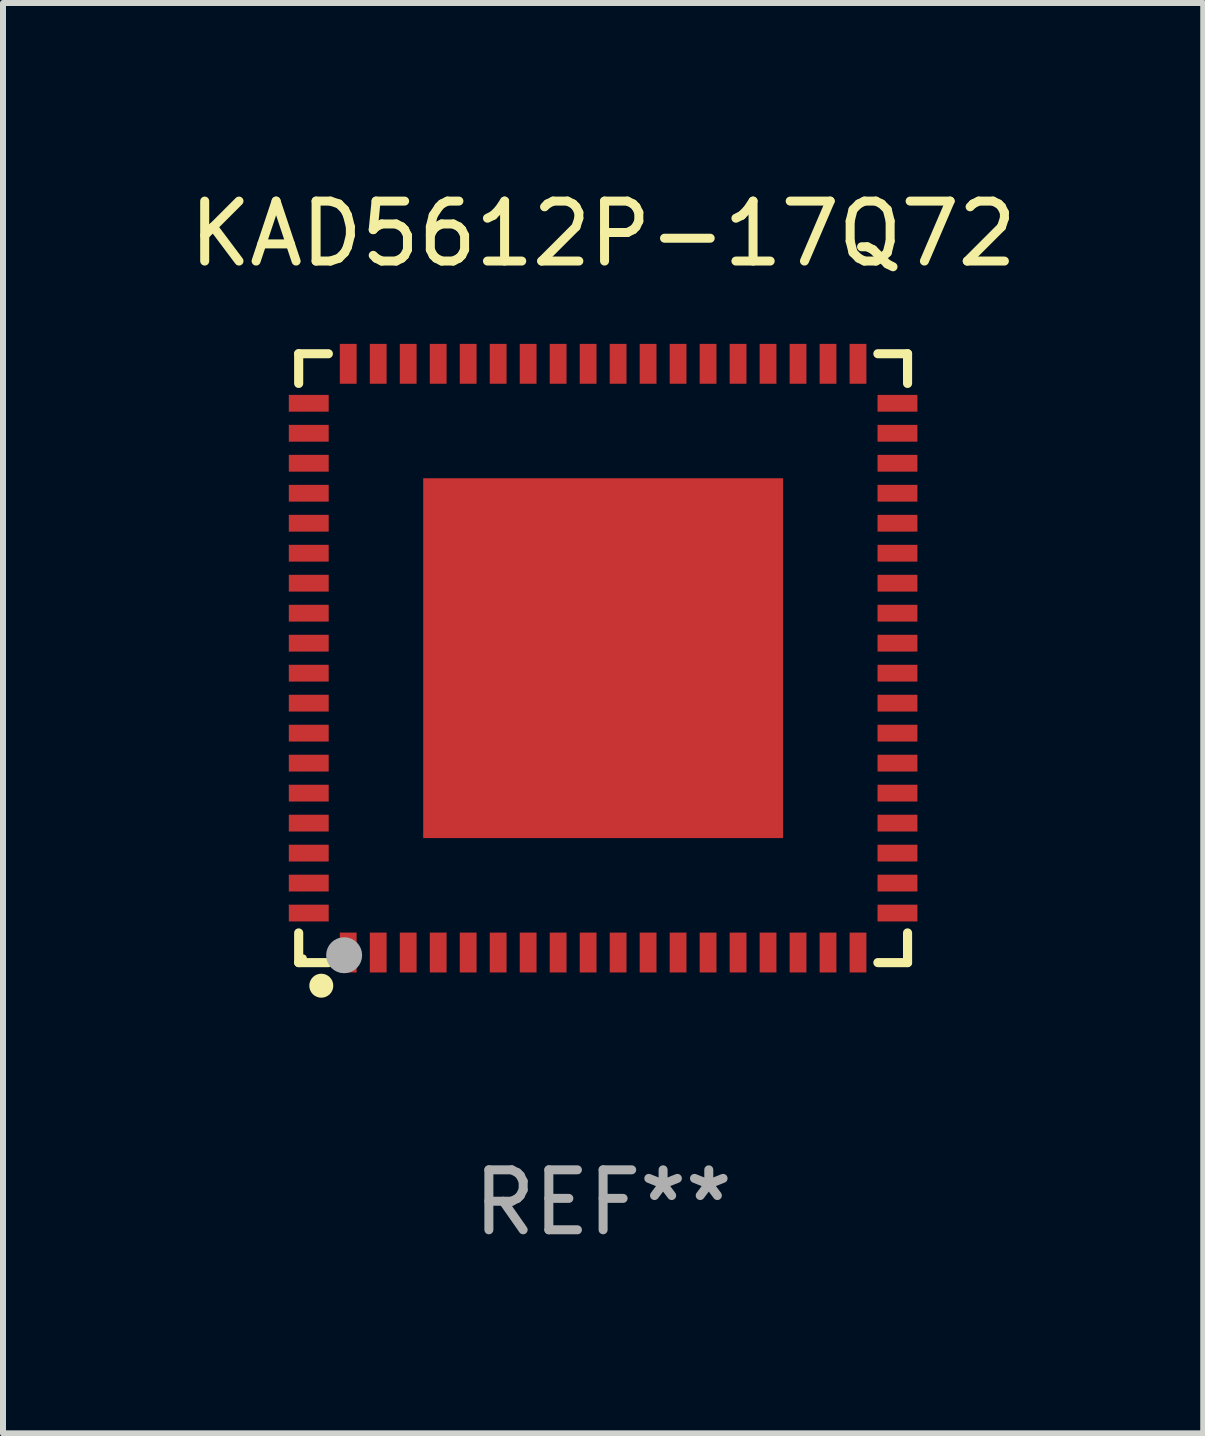
<source format=kicad_pcb>
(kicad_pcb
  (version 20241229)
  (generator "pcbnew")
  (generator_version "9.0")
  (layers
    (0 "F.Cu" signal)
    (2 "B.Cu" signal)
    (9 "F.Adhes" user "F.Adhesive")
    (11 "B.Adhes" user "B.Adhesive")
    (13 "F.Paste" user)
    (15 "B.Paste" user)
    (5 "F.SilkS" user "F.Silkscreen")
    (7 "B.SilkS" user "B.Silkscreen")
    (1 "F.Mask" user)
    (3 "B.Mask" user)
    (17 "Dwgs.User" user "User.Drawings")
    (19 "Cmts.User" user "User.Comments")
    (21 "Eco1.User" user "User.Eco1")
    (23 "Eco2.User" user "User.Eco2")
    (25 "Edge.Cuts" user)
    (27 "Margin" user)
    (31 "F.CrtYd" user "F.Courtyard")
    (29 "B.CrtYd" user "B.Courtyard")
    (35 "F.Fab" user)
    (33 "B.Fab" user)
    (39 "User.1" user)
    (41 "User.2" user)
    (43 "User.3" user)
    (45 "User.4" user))
  (footprint "KAD5612P-17Q72"
    (layer "F.Cu")
    (at 7.006 7.924)
    (property "Reference" "KAD5612P-17Q72" (at 0 -7.076 0) (layer "F.SilkS") (effects (font (size 1 1) (thickness 0.15))))
    (attr through_hole)
    (fp_line (start -5.076 -5.076) (end -4.581 -5.076) (stroke (width 0.152) (type solid)) (layer "F.SilkS"))
    (fp_line (start -5.076 -4.581) (end -5.076 -5.076) (stroke (width 0.152) (type solid)) (layer "F.SilkS"))
    (fp_line (start -5.076 4.581) (end -5.076 5.076) (stroke (width 0.152) (type solid)) (layer "F.SilkS"))
    (fp_line (start -5.076 5.076) (end -4.581 5.076) (stroke (width 0.152) (type solid)) (layer "F.SilkS"))
    (fp_line (start 5.076 -5.076) (end 4.581 -5.076) (stroke (width 0.152) (type solid)) (layer "F.SilkS"))
    (fp_line (start 5.076 -4.581) (end 5.076 -5.076) (stroke (width 0.152) (type solid)) (layer "F.SilkS"))
    (fp_line (start 5.076 4.581) (end 5.076 5.076) (stroke (width 0.152) (type solid)) (layer "F.SilkS"))
    (fp_line (start 5.076 5.076) (end 4.581 5.076) (stroke (width 0.152) (type solid)) (layer "F.SilkS"))
    (fp_circle (center -5 5) (end -4.97 5) (stroke (width 0.06) (type solid)) (fill no) (layer "F.SilkS"))
    (fp_circle (center -4.699 5.461) (end -4.599 5.461) (stroke (width 0.2) (type solid)) (fill no) (layer "F.SilkS"))
    (fp_circle (center -4.318 4.953) (end -4.168 4.953) (stroke (width 0.3) (type solid)) (fill no) (layer "F.Fab"))
    (fp_text user "REF**" (at 0 9.076 0) (layer "F.Fab") (effects (font (size 1 1) (thickness 0.15))))
    (pad "1" smd rect (at -4.25 4.908) (size 0.28 0.665) (layers "F.Cu" "F.Mask" "F.Paste"))
    (pad "2" smd rect (at -3.75 4.908) (size 0.28 0.665) (layers "F.Cu" "F.Mask" "F.Paste"))
    (pad "3" smd rect (at -3.25 4.908) (size 0.28 0.665) (layers "F.Cu" "F.Mask" "F.Paste"))
    (pad "4" smd rect (at -2.75 4.908) (size 0.28 0.665) (layers "F.Cu" "F.Mask" "F.Paste"))
    (pad "5" smd rect (at -2.25 4.908) (size 0.28 0.665) (layers "F.Cu" "F.Mask" "F.Paste"))
    (pad "6" smd rect (at -1.75 4.908) (size 0.28 0.665) (layers "F.Cu" "F.Mask" "F.Paste"))
    (pad "7" smd rect (at -1.25 4.908) (size 0.28 0.665) (layers "F.Cu" "F.Mask" "F.Paste"))
    (pad "8" smd rect (at -0.75 4.908) (size 0.28 0.665) (layers "F.Cu" "F.Mask" "F.Paste"))
    (pad "9" smd rect (at -0.25 4.908) (size 0.28 0.665) (layers "F.Cu" "F.Mask" "F.Paste"))
    (pad "10" smd rect (at 0.25 4.908) (size 0.28 0.665) (layers "F.Cu" "F.Mask" "F.Paste"))
    (pad "11" smd rect (at 0.75 4.908) (size 0.28 0.665) (layers "F.Cu" "F.Mask" "F.Paste"))
    (pad "12" smd rect (at 1.25 4.908) (size 0.28 0.665) (layers "F.Cu" "F.Mask" "F.Paste"))
    (pad "13" smd rect (at 1.75 4.908) (size 0.28 0.665) (layers "F.Cu" "F.Mask" "F.Paste"))
    (pad "14" smd rect (at 2.25 4.908) (size 0.28 0.665) (layers "F.Cu" "F.Mask" "F.Paste"))
    (pad "15" smd rect (at 2.75 4.908) (size 0.28 0.665) (layers "F.Cu" "F.Mask" "F.Paste"))
    (pad "16" smd rect (at 3.25 4.908) (size 0.28 0.665) (layers "F.Cu" "F.Mask" "F.Paste"))
    (pad "17" smd rect (at 3.75 4.908) (size 0.28 0.665) (layers "F.Cu" "F.Mask" "F.Paste"))
    (pad "18" smd rect (at 4.25 4.908) (size 0.28 0.665) (layers "F.Cu" "F.Mask" "F.Paste"))
    (pad "19" smd rect (at 4.908 4.25) (size 0.665 0.28) (layers "F.Cu" "F.Mask" "F.Paste"))
    (pad "20" smd rect (at 4.908 3.75) (size 0.665 0.28) (layers "F.Cu" "F.Mask" "F.Paste"))
    (pad "21" smd rect (at 4.908 3.25) (size 0.665 0.28) (layers "F.Cu" "F.Mask" "F.Paste"))
    (pad "22" smd rect (at 4.908 2.75) (size 0.665 0.28) (layers "F.Cu" "F.Mask" "F.Paste"))
    (pad "23" smd rect (at 4.908 2.25) (size 0.665 0.28) (layers "F.Cu" "F.Mask" "F.Paste"))
    (pad "24" smd rect (at 4.908 1.75) (size 0.665 0.28) (layers "F.Cu" "F.Mask" "F.Paste"))
    (pad "25" smd rect (at 4.908 1.25) (size 0.665 0.28) (layers "F.Cu" "F.Mask" "F.Paste"))
    (pad "26" smd rect (at 4.908 0.75) (size 0.665 0.28) (layers "F.Cu" "F.Mask" "F.Paste"))
    (pad "27" smd rect (at 4.908 0.25) (size 0.665 0.28) (layers "F.Cu" "F.Mask" "F.Paste"))
    (pad "28" smd rect (at 4.908 -0.25) (size 0.665 0.28) (layers "F.Cu" "F.Mask" "F.Paste"))
    (pad "29" smd rect (at 4.908 -0.75) (size 0.665 0.28) (layers "F.Cu" "F.Mask" "F.Paste"))
    (pad "30" smd rect (at 4.908 -1.25) (size 0.665 0.28) (layers "F.Cu" "F.Mask" "F.Paste"))
    (pad "31" smd rect (at 4.908 -1.75) (size 0.665 0.28) (layers "F.Cu" "F.Mask" "F.Paste"))
    (pad "32" smd rect (at 4.908 -2.25) (size 0.665 0.28) (layers "F.Cu" "F.Mask" "F.Paste"))
    (pad "33" smd rect (at 4.908 -2.75) (size 0.665 0.28) (layers "F.Cu" "F.Mask" "F.Paste"))
    (pad "34" smd rect (at 4.908 -3.25) (size 0.665 0.28) (layers "F.Cu" "F.Mask" "F.Paste"))
    (pad "35" smd rect (at 4.908 -3.75) (size 0.665 0.28) (layers "F.Cu" "F.Mask" "F.Paste"))
    (pad "36" smd rect (at 4.908 -4.25) (size 0.665 0.28) (layers "F.Cu" "F.Mask" "F.Paste"))
    (pad "37" smd rect (at 4.25 -4.908) (size 0.28 0.665) (layers "F.Cu" "F.Mask" "F.Paste"))
    (pad "38" smd rect (at 3.75 -4.908) (size 0.28 0.665) (layers "F.Cu" "F.Mask" "F.Paste"))
    (pad "39" smd rect (at 3.25 -4.908) (size 0.28 0.665) (layers "F.Cu" "F.Mask" "F.Paste"))
    (pad "40" smd rect (at 2.75 -4.908) (size 0.28 0.665) (layers "F.Cu" "F.Mask" "F.Paste"))
    (pad "41" smd rect (at 2.25 -4.908) (size 0.28 0.665) (layers "F.Cu" "F.Mask" "F.Paste"))
    (pad "42" smd rect (at 1.75 -4.908) (size 0.28 0.665) (layers "F.Cu" "F.Mask" "F.Paste"))
    (pad "43" smd rect (at 1.25 -4.908) (size 0.28 0.665) (layers "F.Cu" "F.Mask" "F.Paste"))
    (pad "44" smd rect (at 0.75 -4.908) (size 0.28 0.665) (layers "F.Cu" "F.Mask" "F.Paste"))
    (pad "45" smd rect (at 0.25 -4.908) (size 0.28 0.665) (layers "F.Cu" "F.Mask" "F.Paste"))
    (pad "46" smd rect (at -0.25 -4.908) (size 0.28 0.665) (layers "F.Cu" "F.Mask" "F.Paste"))
    (pad "47" smd rect (at -0.75 -4.908) (size 0.28 0.665) (layers "F.Cu" "F.Mask" "F.Paste"))
    (pad "48" smd rect (at -1.25 -4.908) (size 0.28 0.665) (layers "F.Cu" "F.Mask" "F.Paste"))
    (pad "49" smd rect (at -1.75 -4.908) (size 0.28 0.665) (layers "F.Cu" "F.Mask" "F.Paste"))
    (pad "50" smd rect (at -2.25 -4.908) (size 0.28 0.665) (layers "F.Cu" "F.Mask" "F.Paste"))
    (pad "51" smd rect (at -2.75 -4.908) (size 0.28 0.665) (layers "F.Cu" "F.Mask" "F.Paste"))
    (pad "52" smd rect (at -3.25 -4.908) (size 0.28 0.665) (layers "F.Cu" "F.Mask" "F.Paste"))
    (pad "53" smd rect (at -3.75 -4.908) (size 0.28 0.665) (layers "F.Cu" "F.Mask" "F.Paste"))
    (pad "54" smd rect (at -4.25 -4.908) (size 0.28 0.665) (layers "F.Cu" "F.Mask" "F.Paste"))
    (pad "55" smd rect (at -4.908 -4.25) (size 0.665 0.28) (layers "F.Cu" "F.Mask" "F.Paste"))
    (pad "56" smd rect (at -4.908 -3.75) (size 0.665 0.28) (layers "F.Cu" "F.Mask" "F.Paste"))
    (pad "57" smd rect (at -4.908 -3.25) (size 0.665 0.28) (layers "F.Cu" "F.Mask" "F.Paste"))
    (pad "58" smd rect (at -4.908 -2.75) (size 0.665 0.28) (layers "F.Cu" "F.Mask" "F.Paste"))
    (pad "59" smd rect (at -4.908 -2.25) (size 0.665 0.28) (layers "F.Cu" "F.Mask" "F.Paste"))
    (pad "60" smd rect (at -4.908 -1.75) (size 0.665 0.28) (layers "F.Cu" "F.Mask" "F.Paste"))
    (pad "61" smd rect (at -4.908 -1.25) (size 0.665 0.28) (layers "F.Cu" "F.Mask" "F.Paste"))
    (pad "62" smd rect (at -4.908 -0.75) (size 0.665 0.28) (layers "F.Cu" "F.Mask" "F.Paste"))
    (pad "63" smd rect (at -4.908 -0.25) (size 0.665 0.28) (layers "F.Cu" "F.Mask" "F.Paste"))
    (pad "64" smd rect (at -4.908 0.25) (size 0.665 0.28) (layers "F.Cu" "F.Mask" "F.Paste"))
    (pad "65" smd rect (at -4.908 0.75) (size 0.665 0.28) (layers "F.Cu" "F.Mask" "F.Paste"))
    (pad "66" smd rect (at -4.908 1.25) (size 0.665 0.28) (layers "F.Cu" "F.Mask" "F.Paste"))
    (pad "67" smd rect (at -4.908 1.75) (size 0.665 0.28) (layers "F.Cu" "F.Mask" "F.Paste"))
    (pad "68" smd rect (at -4.908 2.25) (size 0.665 0.28) (layers "F.Cu" "F.Mask" "F.Paste"))
    (pad "69" smd rect (at -4.908 2.75) (size 0.665 0.28) (layers "F.Cu" "F.Mask" "F.Paste"))
    (pad "70" smd rect (at -4.908 3.25) (size 0.665 0.28) (layers "F.Cu" "F.Mask" "F.Paste"))
    (pad "71" smd rect (at -4.908 3.75) (size 0.665 0.28) (layers "F.Cu" "F.Mask" "F.Paste"))
    (pad "72" smd rect (at -4.908 4.25) (size 0.665 0.28) (layers "F.Cu" "F.Mask" "F.Paste"))
    (pad "73" smd rect (at 0 0) (size 6 6) (layers "F.Cu" "F.Mask" "F.Paste")))
  (gr_rect
    (start -3 -3)
    (end 17.012 20.849)
    (stroke (width 0.1) (type default))
    (fill no)
    (layer "Edge.Cuts")))
</source>
